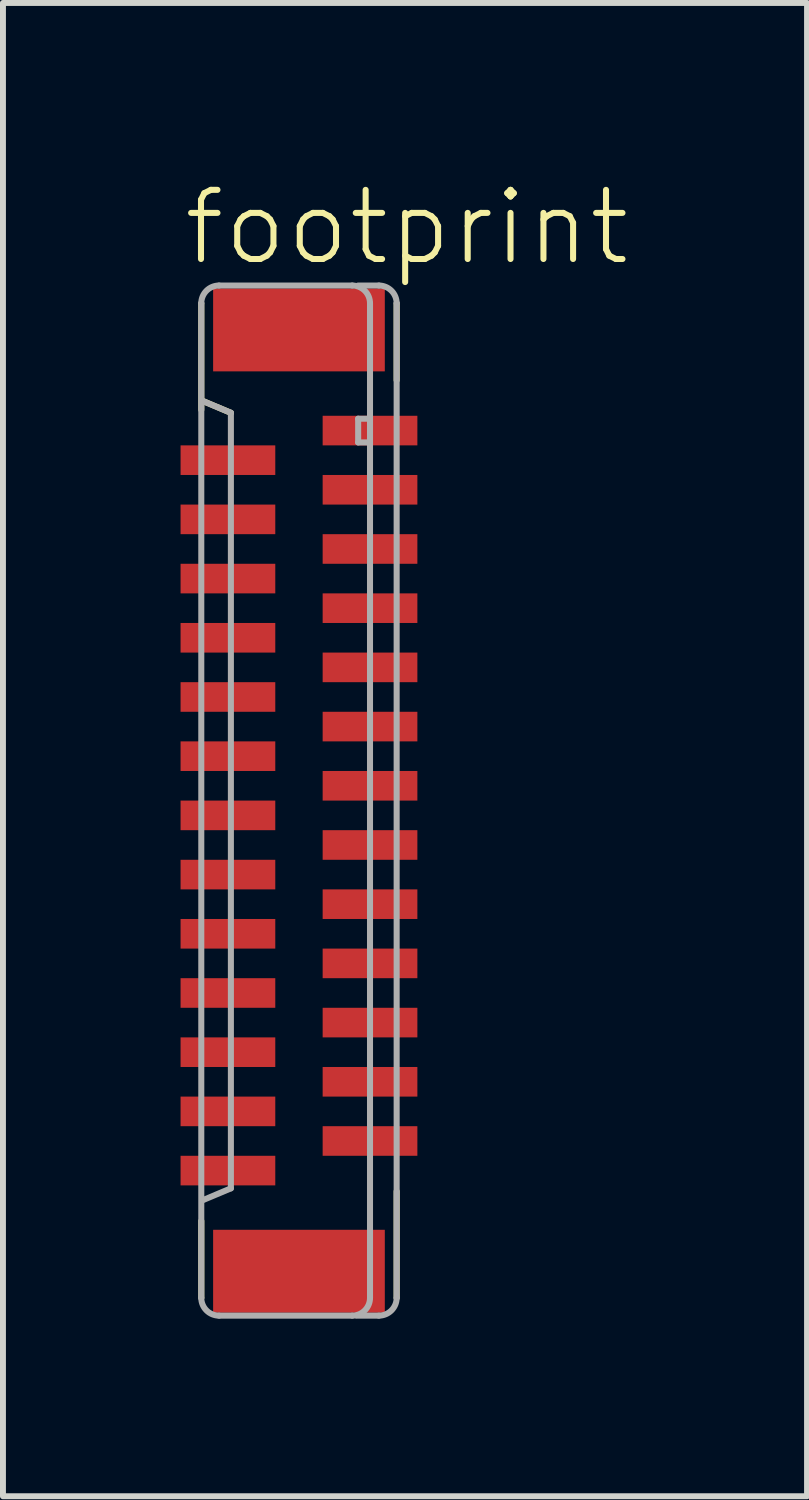
<source format=kicad_pcb>
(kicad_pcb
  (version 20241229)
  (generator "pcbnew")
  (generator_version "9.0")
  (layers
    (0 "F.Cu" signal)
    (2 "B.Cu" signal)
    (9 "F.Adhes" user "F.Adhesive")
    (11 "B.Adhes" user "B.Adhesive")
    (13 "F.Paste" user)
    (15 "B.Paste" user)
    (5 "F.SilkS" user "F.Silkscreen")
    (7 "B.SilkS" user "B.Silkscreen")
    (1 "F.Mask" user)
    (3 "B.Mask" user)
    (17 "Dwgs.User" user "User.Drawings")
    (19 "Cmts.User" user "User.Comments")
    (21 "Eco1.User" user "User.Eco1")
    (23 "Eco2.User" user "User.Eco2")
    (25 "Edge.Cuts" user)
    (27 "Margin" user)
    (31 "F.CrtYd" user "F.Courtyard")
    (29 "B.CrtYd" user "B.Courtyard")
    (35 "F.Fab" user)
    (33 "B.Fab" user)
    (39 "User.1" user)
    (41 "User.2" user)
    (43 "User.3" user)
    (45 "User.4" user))
  (footprint "footprint"
    (layer "F.Cu")
    (at 2 10.473)
    (property "Reference" "footprint" (at -2 -9 0) (layer "F.SilkS") (effects (font (size 1.168 1.168) (thickness 0.102)) (justify left bottom)))
    (fp_line (start -1.65 -8.4) (end -1.65 -6.6) (stroke (width 0.102) (type solid)) (layer "F.SilkS"))
    (fp_line (start -1.65 7.1) (end -1.65 8.4) (stroke (width 0.102) (type solid)) (layer "F.SilkS"))
    (fp_line (start -1.625 -6.75) (end -1.15 -6.55) (stroke (width 0.102) (type solid)) (layer "F.SilkS"))
    (fp_line (start 1.65 -7.1) (end 1.65 -8.4) (stroke (width 0.102) (type solid)) (layer "F.SilkS"))
    (fp_line (start 1.65 8.4) (end 1.65 6.6) (stroke (width 0.102) (type solid)) (layer "F.SilkS"))
    (fp_line (start -1.65 -8.4) (end -1.65 8.4) (stroke (width 0.102) (type solid)) (layer "F.Fab"))
    (fp_line (start -1.625 -6.75) (end -1.15 -6.55) (stroke (width 0.102) (type solid)) (layer "F.Fab"))
    (fp_line (start -1.35 8.7) (end 0.9 8.7) (stroke (width 0.102) (type solid)) (layer "F.Fab"))
    (fp_line (start -1.15 -6.55) (end -1.15 6.55) (stroke (width 0.102) (type solid)) (layer "F.Fab"))
    (fp_line (start -1.15 6.55) (end -1.625 6.75) (stroke (width 0.102) (type solid)) (layer "F.Fab"))
    (fp_line (start 0.9 -8.7) (end -1.35 -8.7) (stroke (width 0.102) (type solid)) (layer "F.Fab"))
    (fp_line (start 0.975 8.7) (end 1.35 8.7) (stroke (width 0.102) (type solid)) (layer "F.Fab"))
    (fp_line (start 1 -8.7) (end 1.35 -8.7) (stroke (width 0.102) (type solid)) (layer "F.Fab"))
    (fp_line (start 1 -6.45) (end 1 -6.05) (stroke (width 0.102) (type solid)) (layer "F.Fab"))
    (fp_line (start 1 -6.05) (end 1.15 -6.05) (stroke (width 0.102) (type solid)) (layer "F.Fab"))
    (fp_line (start 1.15 -6.45) (end 1 -6.45) (stroke (width 0.102) (type solid)) (layer "F.Fab"))
    (fp_line (start 1.2 8.4) (end 1.2 -8.4) (stroke (width 0.102) (type solid)) (layer "F.Fab"))
    (fp_line (start 1.65 8.4) (end 1.65 -8.4) (stroke (width 0.102) (type solid)) (layer "F.Fab"))
    (fp_arc (start -1.65 -8.4) (mid -1.562132 -8.612132) (end -1.35 -8.7) (stroke (width 0.1016) (type solid)) (layer "F.Fab"))
    (fp_arc (start -1.35 8.7) (mid -1.562132 8.612132) (end -1.65 8.4) (stroke (width 0.1016) (type solid)) (layer "F.Fab"))
    (fp_arc (start 0.9 -8.7) (mid 1.112132 -8.612132) (end 1.2 -8.4) (stroke (width 0.1016) (type solid)) (layer "F.Fab"))
    (fp_arc (start 1.2 8.4) (mid 1.112132 8.612132) (end 0.9 8.7) (stroke (width 0.1016) (type solid)) (layer "F.Fab"))
    (fp_arc (start 1.35 -8.7) (mid 1.562132 -8.612132) (end 1.65 -8.4) (stroke (width 0.1016) (type solid)) (layer "F.Fab"))
    (fp_arc (start 1.65 8.4) (mid 1.562132 8.612132) (end 1.35 8.7) (stroke (width 0.1016) (type solid)) (layer "F.Fab"))
    (pad "1" smd rect (at 1.2 -6.25 270) (size 0.5 1.6) (layers "F.Cu" "F.Mask" "F.Paste"))
    (pad "2" smd rect (at -1.2 -5.75 90) (size 0.5 1.6) (layers "F.Cu" "F.Mask" "F.Paste"))
    (pad "3" smd rect (at 1.2 -5.25 270) (size 0.5 1.6) (layers "F.Cu" "F.Mask" "F.Paste"))
    (pad "4" smd rect (at -1.2 -4.75 90) (size 0.5 1.6) (layers "F.Cu" "F.Mask" "F.Paste"))
    (pad "5" smd rect (at 1.2 -4.25 270) (size 0.5 1.6) (layers "F.Cu" "F.Mask" "F.Paste"))
    (pad "6" smd rect (at -1.2 -3.75 90) (size 0.5 1.6) (layers "F.Cu" "F.Mask" "F.Paste"))
    (pad "7" smd rect (at 1.2 -3.25 270) (size 0.5 1.6) (layers "F.Cu" "F.Mask" "F.Paste"))
    (pad "8" smd rect (at -1.2 -2.75 90) (size 0.5 1.6) (layers "F.Cu" "F.Mask" "F.Paste"))
    (pad "9" smd rect (at 1.2 -2.25 270) (size 0.5 1.6) (layers "F.Cu" "F.Mask" "F.Paste"))
    (pad "10" smd rect (at -1.2 -1.75 90) (size 0.5 1.6) (layers "F.Cu" "F.Mask" "F.Paste"))
    (pad "11" smd rect (at 1.2 -1.25 270) (size 0.5 1.6) (layers "F.Cu" "F.Mask" "F.Paste"))
    (pad "12" smd rect (at -1.2 -0.75 90) (size 0.5 1.6) (layers "F.Cu" "F.Mask" "F.Paste"))
    (pad "13" smd rect (at 1.2 -0.25 270) (size 0.5 1.6) (layers "F.Cu" "F.Mask" "F.Paste"))
    (pad "14" smd rect (at -1.2 0.25 90) (size 0.5 1.6) (layers "F.Cu" "F.Mask" "F.Paste"))
    (pad "15" smd rect (at 1.2 0.75 270) (size 0.5 1.6) (layers "F.Cu" "F.Mask" "F.Paste"))
    (pad "16" smd rect (at -1.2 1.25 90) (size 0.5 1.6) (layers "F.Cu" "F.Mask" "F.Paste"))
    (pad "17" smd rect (at 1.2 1.75 270) (size 0.5 1.6) (layers "F.Cu" "F.Mask" "F.Paste"))
    (pad "18" smd rect (at -1.2 2.25 90) (size 0.5 1.6) (layers "F.Cu" "F.Mask" "F.Paste"))
    (pad "19" smd rect (at 1.2 2.75 270) (size 0.5 1.6) (layers "F.Cu" "F.Mask" "F.Paste"))
    (pad "20" smd rect (at -1.2 3.25 90) (size 0.5 1.6) (layers "F.Cu" "F.Mask" "F.Paste"))
    (pad "21" smd rect (at 1.2 3.75 270) (size 0.5 1.6) (layers "F.Cu" "F.Mask" "F.Paste"))
    (pad "22" smd rect (at -1.2 4.25 90) (size 0.5 1.6) (layers "F.Cu" "F.Mask" "F.Paste"))
    (pad "23" smd rect (at 1.2 4.75 270) (size 0.5 1.6) (layers "F.Cu" "F.Mask" "F.Paste"))
    (pad "24" smd rect (at -1.2 5.25 90) (size 0.5 1.6) (layers "F.Cu" "F.Mask" "F.Paste"))
    (pad "25" smd rect (at 1.2 5.75 270) (size 0.5 1.6) (layers "F.Cu" "F.Mask" "F.Paste"))
    (pad "26" smd rect (at -1.2 6.25 90) (size 0.5 1.6) (layers "F.Cu" "F.Mask" "F.Paste"))
    (pad "M1" smd rect (at 0 -7.95 270) (size 1.4 2.9) (layers "F.Cu" "F.Mask" "F.Paste"))
    (pad "M2" smd rect (at 0 7.95 270) (size 1.4 2.9) (layers "F.Cu" "F.Mask" "F.Paste")))
  (gr_rect
    (start -3 -3)
    (end 10.582 22.224)
    (stroke (width 0.1) (type default))
    (fill no)
    (layer "Edge.Cuts")))
</source>
